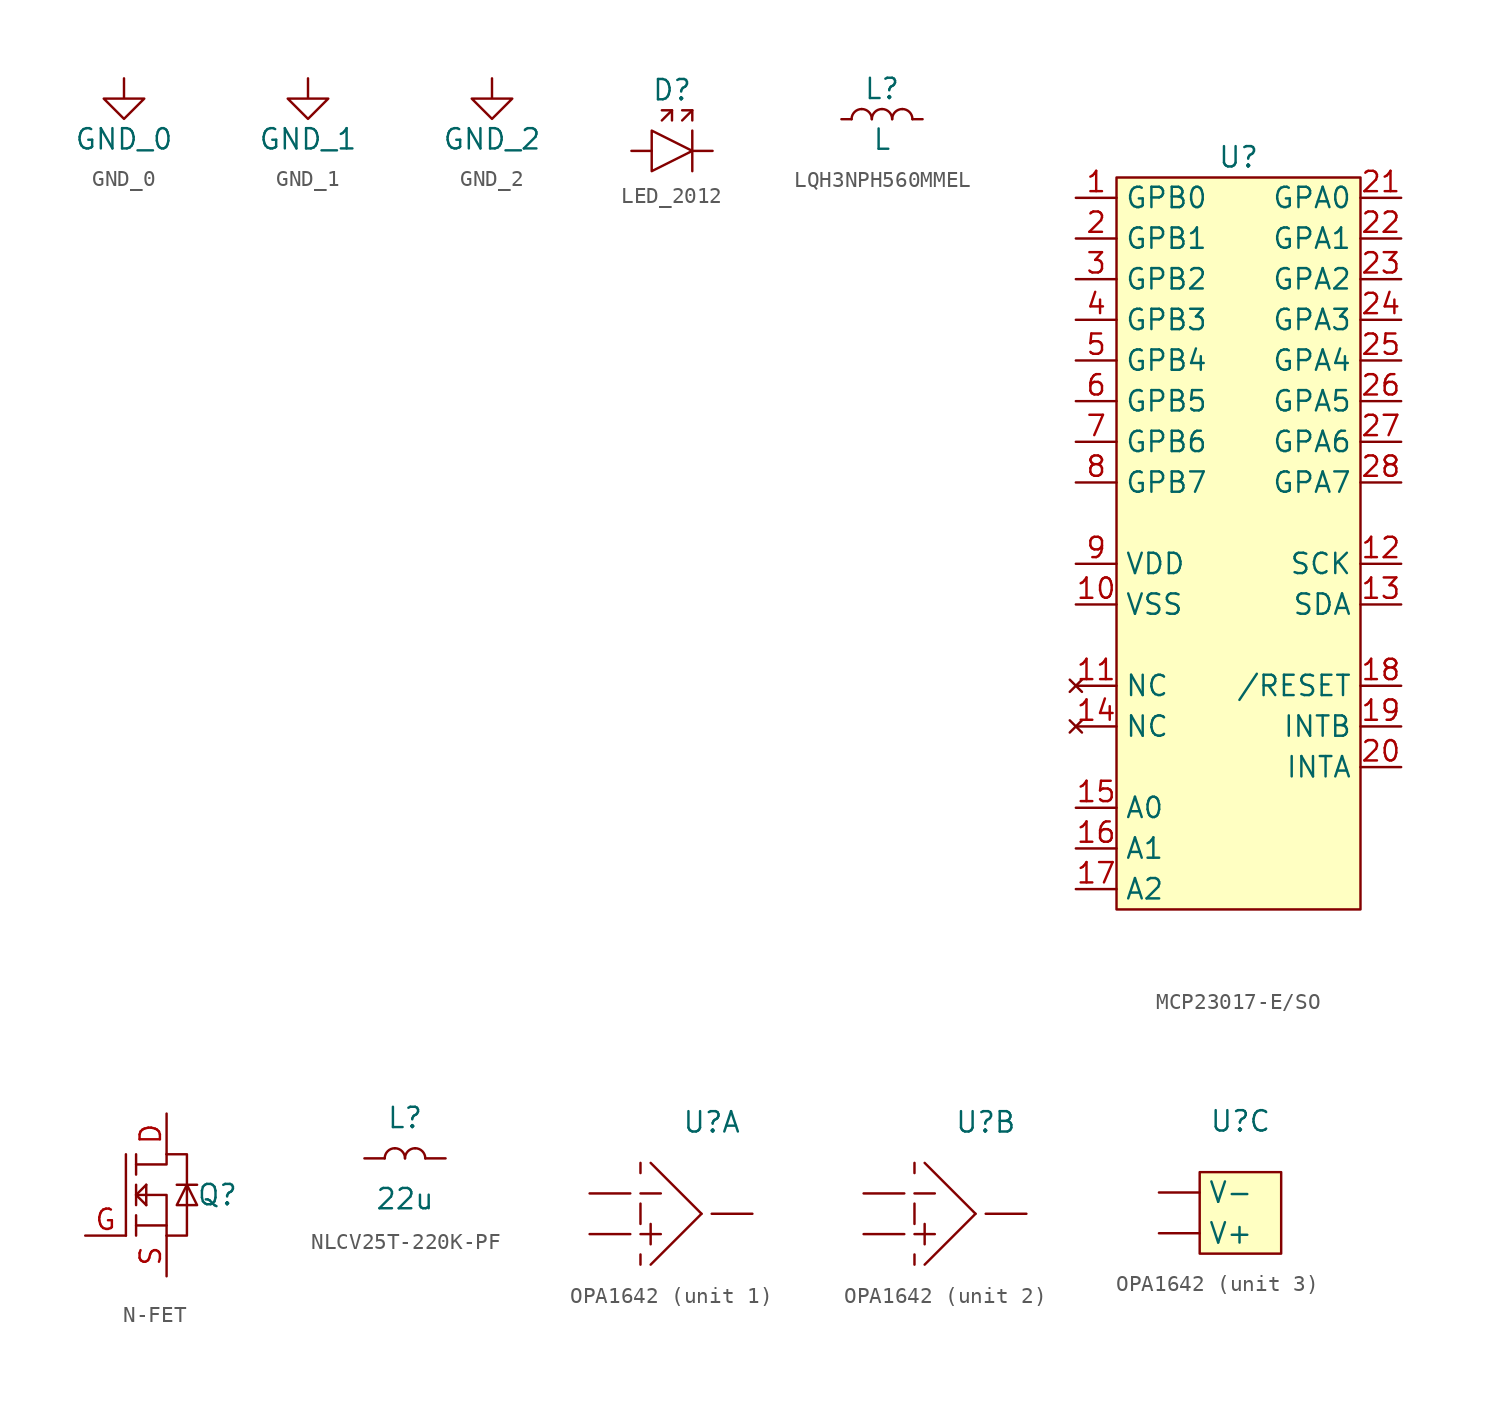
<source format=kicad_sym>
(kicad_symbol_lib
  (version 20220914)
  (generator kicad_symbol_editor)
  (symbol "GND_0"
    (power)
    (pin_names
      (offset 0))
    (property "Reference" "#PWR"
      (at 0 -6.35 0)
      (effects (font (size 1.27 1.27)) hide))
    (property "Value" "GND_0"
      (at 0 -3.81 0)
      (effects (font (size 1.27 1.27))))
    (symbol "GND_0_0_1"
      (polyline (pts (xy 0 0) (xy 0 -1.27) (xy 1.27 -1.27) (xy 0 -2.54) (xy -1.27 -1.27) (xy 0 -1.27)) (stroke (width 0) (type default)) (fill (type none))))
    (symbol "GND_0_1_1"
      (pin power_in line (at 0 0 270) (length 0) hide (name "GND_0" (effects (font (size 1.27 1.27)))) (number "1" (effects (font (size 1.27 1.27)))))))
  (symbol "GND_1"
    (power)
    (pin_names
      (offset 0))
    (property "Reference" "#PWR"
      (at 0 -6.35 0)
      (effects (font (size 1.27 1.27)) hide))
    (property "Value" "GND_1"
      (at 0 -3.81 0)
      (effects (font (size 1.27 1.27))))
    (symbol "GND_1_0_1"
      (polyline (pts (xy 0 0) (xy 0 -1.27) (xy 1.27 -1.27) (xy 0 -2.54) (xy -1.27 -1.27) (xy 0 -1.27)) (stroke (width 0) (type default)) (fill (type none))))
    (symbol "GND_1_1_1"
      (pin power_in line (at 0 0 270) (length 0) hide (name "GND_1" (effects (font (size 1.27 1.27)))) (number "1" (effects (font (size 1.27 1.27)))))))
  (symbol "GND_2"
    (power)
    (pin_names
      (offset 0))
    (property "Reference" "#PWR"
      (at 0 -6.35 0)
      (effects (font (size 1.27 1.27)) hide))
    (property "Value" "GND_2"
      (at 0 -3.81 0)
      (effects (font (size 1.27 1.27))))
    (symbol "GND_2_0_1"
      (polyline (pts (xy 0 0) (xy 0 -1.27) (xy 1.27 -1.27) (xy 0 -2.54) (xy -1.27 -1.27) (xy 0 -1.27)) (stroke (width 0) (type default)) (fill (type none))))
    (symbol "GND_2_1_1"
      (pin power_in line (at 0 0 270) (length 0) hide (name "GND_2" (effects (font (size 1.27 1.27)))) (number "1" (effects (font (size 1.27 1.27)))))))
  (symbol "LED_2012"
    (pin_numbers hide)
    (pin_names hide)
    (property "Reference" "D"
      (at 0 3.81 0)
      (effects (font (size 1.27 1.27))))
    (property "Value" ""
      (at 0 0 0)
      (effects (font (size 1.27 1.27))))
    (symbol "LED_2012_0_1"
      (polyline (pts (xy 0 2.54) (xy -0.635 2.54)) (stroke (width 0) (type default)) (fill (type none)))
      (polyline (pts (xy 1.27 1.27) (xy 1.27 -1.27)) (stroke (width 0) (type default)) (fill (type none)))
      (polyline (pts (xy 1.27 2.54) (xy 0.635 2.54)) (stroke (width 0) (type default)) (fill (type none)))
      (polyline (pts (xy -0.635 1.905) (xy 0 2.54) (xy 0 1.905)) (stroke (width 0) (type default)) (fill (type none)))
      (polyline (pts (xy 0.635 1.905) (xy 1.27 2.54) (xy 1.27 1.905)) (stroke (width 0) (type default)) (fill (type none)))
      (polyline (pts (xy -1.27 1.27) (xy -1.27 -1.27) (xy 1.27 0) (xy -1.27 1.27)) (stroke (width 0) (type default)) (fill (type none))))
    (symbol "LED_2012_1_1"
      (pin passive line (at -2.54 0 0) (length 1.27) (name "" (effects (font (size 1.27 1.27)))) (number "1" (effects (font (size 1.27 1.27)))))
      (pin passive line (at 2.54 0 180) (length 1.27) (name "" (effects (font (size 1.27 1.27)))) (number "2" (effects (font (size 1.27 1.27)))))))
  (symbol "LQH3NPH560MMEL"
    (pin_numbers hide)
    (pin_names hide)
    (property "Reference" "L"
      (at 0 1.905 0)
      (effects (font (size 1.27 1.27))))
    (property "Value" "L"
      (at 0 -1.27 0)
      (effects (font (size 1.27 1.27))))
    (symbol "LQH3NPH560MMEL_0_1"
      (arc (start -1.27 0.635) (mid -1.719 0.449) (end -1.905 0) (stroke (width 0) (type default)) (fill (type none)))
      (arc (start -0.635 0) (mid -0.821 0.449) (end -1.27 0.635) (stroke (width 0) (type default)) (fill (type none)))
      (arc (start 0 0.635) (mid -0.449 0.449) (end -0.635 0) (stroke (width 0) (type default)) (fill (type none)))
      (arc (start 0.635 0) (mid 0.449 0.449) (end 0 0.635) (stroke (width 0) (type default)) (fill (type none)))
      (arc (start 1.27 0.635) (mid 0.821 0.449) (end 0.635 0) (stroke (width 0) (type default)) (fill (type none)))
      (arc (start 1.905 0) (mid 1.719 0.449) (end 1.27 0.635) (stroke (width 0) (type default)) (fill (type none))))
    (symbol "LQH3NPH560MMEL_1_1"
      (pin input line (at -2.54 0 0) (length 0.635) (name "" (effects (font (size 1.27 1.27)))) (number "1" (effects (font (size 1.27 1.27)))))
      (pin input line (at 2.54 0 180) (length 0.635) (name "" (effects (font (size 1.27 1.27)))) (number "2" (effects (font (size 1.27 1.27)))))))
  (symbol "MCP23017-E/SO"
    (property "Reference" "U"
      (at 0 24.13 0)
      (effects (font (size 1.27 1.27))))
    (property "Value" ""
      (at 0 24.13 0)
      (effects (font (size 1.27 1.27))))
    (symbol "MCP23017-E/SO_1_1"
      (rectangle (start -7.62 22.86) (end 7.62 -22.86) (stroke (width 0) (type default)) (fill (type background)))
      (pin bidirectional line (at -10.16 21.59 0) (length 2.54) (name "GPB0" (effects (font (size 1.27 1.27)))) (number "1" (effects (font (size 1.27 1.27)))))
      (pin power_in line (at -10.16 -3.81 0) (length 2.54) (name "VSS" (effects (font (size 1.27 1.27)))) (number "10" (effects (font (size 1.27 1.27)))))
      (pin no_connect line (at -10.16 -8.89 0) (length 2.54) (name "NC" (effects (font (size 1.27 1.27)))) (number "11" (effects (font (size 1.27 1.27)))))
      (pin input line (at 10.16 -1.27 180) (length 2.54) (name "SCK" (effects (font (size 1.27 1.27)))) (number "12" (effects (font (size 1.27 1.27)))))
      (pin bidirectional line (at 10.16 -3.81 180) (length 2.54) (name "SDA" (effects (font (size 1.27 1.27)))) (number "13" (effects (font (size 1.27 1.27)))))
      (pin no_connect line (at -10.16 -11.43 0) (length 2.54) (name "NC" (effects (font (size 1.27 1.27)))) (number "14" (effects (font (size 1.27 1.27)))))
      (pin input line (at -10.16 -16.51 0) (length 2.54) (name "A0" (effects (font (size 1.27 1.27)))) (number "15" (effects (font (size 1.27 1.27)))))
      (pin input line (at -10.16 -19.05 0) (length 2.54) (name "A1" (effects (font (size 1.27 1.27)))) (number "16" (effects (font (size 1.27 1.27)))))
      (pin input line (at -10.16 -21.59 0) (length 2.54) (name "A2" (effects (font (size 1.27 1.27)))) (number "17" (effects (font (size 1.27 1.27)))))
      (pin input line (at 10.16 -8.89 180) (length 2.54) (name "/RESET" (effects (font (size 1.27 1.27)))) (number "18" (effects (font (size 1.27 1.27)))))
      (pin output line (at 10.16 -11.43 180) (length 2.54) (name "INTB" (effects (font (size 1.27 1.27)))) (number "19" (effects (font (size 1.27 1.27)))))
      (pin bidirectional line (at -10.16 19.05 0) (length 2.54) (name "GPB1" (effects (font (size 1.27 1.27)))) (number "2" (effects (font (size 1.27 1.27)))))
      (pin output line (at 10.16 -13.97 180) (length 2.54) (name "INTA" (effects (font (size 1.27 1.27)))) (number "20" (effects (font (size 1.27 1.27)))))
      (pin bidirectional line (at 10.16 21.59 180) (length 2.54) (name "GPA0" (effects (font (size 1.27 1.27)))) (number "21" (effects (font (size 1.27 1.27)))))
      (pin bidirectional line (at 10.16 19.05 180) (length 2.54) (name "GPA1" (effects (font (size 1.27 1.27)))) (number "22" (effects (font (size 1.27 1.27)))))
      (pin bidirectional line (at 10.16 16.51 180) (length 2.54) (name "GPA2" (effects (font (size 1.27 1.27)))) (number "23" (effects (font (size 1.27 1.27)))))
      (pin bidirectional line (at 10.16 13.97 180) (length 2.54) (name "GPA3" (effects (font (size 1.27 1.27)))) (number "24" (effects (font (size 1.27 1.27)))))
      (pin bidirectional line (at 10.16 11.43 180) (length 2.54) (name "GPA4" (effects (font (size 1.27 1.27)))) (number "25" (effects (font (size 1.27 1.27)))))
      (pin bidirectional line (at 10.16 8.89 180) (length 2.54) (name "GPA5" (effects (font (size 1.27 1.27)))) (number "26" (effects (font (size 1.27 1.27)))))
      (pin bidirectional line (at 10.16 6.35 180) (length 2.54) (name "GPA6" (effects (font (size 1.27 1.27)))) (number "27" (effects (font (size 1.27 1.27)))))
      (pin bidirectional line (at 10.16 3.81 180) (length 2.54) (name "GPA7" (effects (font (size 1.27 1.27)))) (number "28" (effects (font (size 1.27 1.27)))))
      (pin bidirectional line (at -10.16 16.51 0) (length 2.54) (name "GPB2" (effects (font (size 1.27 1.27)))) (number "3" (effects (font (size 1.27 1.27)))))
      (pin bidirectional line (at -10.16 13.97 0) (length 2.54) (name "GPB3" (effects (font (size 1.27 1.27)))) (number "4" (effects (font (size 1.27 1.27)))))
      (pin bidirectional line (at -10.16 11.43 0) (length 2.54) (name "GPB4" (effects (font (size 1.27 1.27)))) (number "5" (effects (font (size 1.27 1.27)))))
      (pin bidirectional line (at -10.16 8.89 0) (length 2.54) (name "GPB5" (effects (font (size 1.27 1.27)))) (number "6" (effects (font (size 1.27 1.27)))))
      (pin bidirectional line (at -10.16 6.35 0) (length 2.54) (name "GPB6" (effects (font (size 1.27 1.27)))) (number "7" (effects (font (size 1.27 1.27)))))
      (pin bidirectional line (at -10.16 3.81 0) (length 2.54) (name "GPB7" (effects (font (size 1.27 1.27)))) (number "8" (effects (font (size 1.27 1.27)))))
      (pin power_in line (at -10.16 -1.27 0) (length 2.54) (name "VDD" (effects (font (size 1.27 1.27)))) (number "9" (effects (font (size 1.27 1.27)))))))
  (symbol "N-FET"
    (property "Reference" "Q"
      (at 3.175 0 0)
      (effects (font (size 1.27 1.27))))
    (property "Value" ""
      (at 0 0 0)
      (effects (font (size 1.27 1.27))))
    (symbol "N-FET_0_1"
      (polyline (pts (xy -2.54 2.54) (xy -2.54 -2.54)) (stroke (width 0) (type default)) (fill (type none)))
      (polyline (pts (xy -1.905 -1.27) (xy -1.905 -2.54)) (stroke (width 0) (type default)) (fill (type none)))
      (polyline (pts (xy -1.905 0.635) (xy -1.905 -0.635)) (stroke (width 0) (type default)) (fill (type none)))
      (polyline (pts (xy -1.905 2.54) (xy -1.905 1.27)) (stroke (width 0) (type default)) (fill (type none)))
      (polyline (pts (xy -1.27 -0.635) (xy -1.905 0)) (stroke (width 0) (type default)) (fill (type none)))
      (polyline (pts (xy -1.27 0.635) (xy -1.905 0)) (stroke (width 0) (type default)) (fill (type none)))
      (polyline (pts (xy -1.27 0.635) (xy -1.27 -0.635)) (stroke (width 0) (type default)) (fill (type none)))
      (polyline (pts (xy 0 -1.905) (xy -1.905 -1.905)) (stroke (width 0) (type default)) (fill (type none)))
      (polyline (pts (xy 0.635 0.635) (xy 1.905 0.635)) (stroke (width 0) (type default)) (fill (type none)))
      (polyline (pts (xy 0 -2.54) (xy 0 0) (xy -1.905 0)) (stroke (width 0) (type default)) (fill (type none)))
      (polyline (pts (xy 0 2.54) (xy 0 1.905) (xy -1.905 1.905)) (stroke (width 0) (type default)) (fill (type none)))
      (polyline (pts (xy 0 2.54) (xy 1.27 2.54) (xy 1.27 -2.54) (xy 0 -2.54)) (stroke (width 0) (type default)) (fill (type none)))
      (polyline (pts (xy 0.635 -0.635) (xy 1.27 0.635) (xy 1.905 -0.635) (xy 0.635 -0.635)) (stroke (width 0) (type default)) (fill (type none))))
    (symbol "N-FET_1_1"
      (pin input line (at 0 5.08 270) (length 2.54) (name "" (effects (font (size 1.27 1.27)))) (number "D" (effects (font (size 1.27 1.27)))))
      (pin input line (at -5.08 -2.54 0) (length 2.54) (name "" (effects (font (size 1.27 1.27)))) (number "G" (effects (font (size 1.27 1.27)))))
      (pin input line (at 0 -5.08 90) (length 2.54) (name "" (effects (font (size 1.27 1.27)))) (number "S" (effects (font (size 1.27 1.27)))))))
  (symbol "NLCV25T-220K-PF"
    (pin_numbers hide)
    (pin_names hide)
    (property "Reference" "L"
      (at 0 2.54 0)
      (effects (font (size 1.27 1.27))))
    (property "Value" "22u"
      (at 0 -2.54 0)
      (effects (font (size 1.27 1.27))))
    (symbol "NLCV25T-220K-PF_0_1"
      (arc (start -0.635 0.635) (mid -1.084 0.449) (end -1.27 0) (stroke (width 0) (type default)) (fill (type none)))
      (arc (start 0 0) (mid -0.186 0.449) (end -0.635 0.635) (stroke (width 0) (type default)) (fill (type none)))
      (arc (start 0.635 0.635) (mid 0.186 0.449) (end 0 0) (stroke (width 0) (type default)) (fill (type none)))
      (arc (start 1.27 0) (mid 1.084 0.449) (end 0.635 0.635) (stroke (width 0) (type default)) (fill (type none))))
    (symbol "NLCV25T-220K-PF_1_1"
      (pin passive line (at -2.54 0 0) (length 1.27) (name "" (effects (font (size 1.27 1.27)))) (number "1" (effects (font (size 1.27 1.27)))))
      (pin passive line (at 2.54 0 180) (length 1.27) (name "" (effects (font (size 1.27 1.27)))) (number "2" (effects (font (size 1.27 1.27)))))))
  (symbol "OPA1642"
    (pin_numbers hide)
    (property "Reference" "U"
      (at 2.54 5.715 0)
      (effects (font (size 1.27 1.27))))
    (property "Value" ""
      (at 0 0 0)
      (effects (font (size 1.27 1.27))))
    (symbol "OPA1642_1_1"
      (polyline (pts (xy -1.905 -2.54) (xy -1.905 -3.175)) (stroke (width 0) (type default)) (fill (type none)))
      (polyline (pts (xy -1.905 -1.27) (xy -0.635 -1.27)) (stroke (width 0) (type default)) (fill (type none)))
      (polyline (pts (xy -1.905 0.635) (xy -1.905 -0.635)) (stroke (width 0) (type default)) (fill (type none)))
      (polyline (pts (xy -1.905 1.27) (xy -0.635 1.27)) (stroke (width 0) (type default)) (fill (type none)))
      (polyline (pts (xy -1.905 3.175) (xy -1.905 2.54)) (stroke (width 0) (type default)) (fill (type none)))
      (polyline (pts (xy -1.27 -0.635) (xy -1.27 -1.905)) (stroke (width 0) (type default)) (fill (type none)))
      (polyline (pts (xy 1.905 0) (xy -1.27 -3.175)) (stroke (width 0) (type default)) (fill (type none)))
      (polyline (pts (xy 1.905 0) (xy -1.27 3.175)) (stroke (width 0) (type default)) (fill (type none)))
      (pin output line (at 5.08 0 180) (length 2.54) (name "" (effects (font (size 1.27 1.27)))) (number "1" (effects (font (size 1.27 1.27)))))
      (pin input line (at -5.08 1.27 0) (length 2.54) (name "" (effects (font (size 1.27 1.27)))) (number "2" (effects (font (size 1.27 1.27)))))
      (pin input line (at -5.08 -1.27 0) (length 2.54) (name "" (effects (font (size 1.27 1.27)))) (number "3" (effects (font (size 1.27 1.27))))))
    (symbol "OPA1642_2_1"
      (polyline (pts (xy -1.905 -2.54) (xy -1.905 -3.175)) (stroke (width 0) (type default)) (fill (type none)))
      (polyline (pts (xy -1.905 -1.27) (xy -0.635 -1.27)) (stroke (width 0) (type default)) (fill (type none)))
      (polyline (pts (xy -1.905 0.635) (xy -1.905 -0.635)) (stroke (width 0) (type default)) (fill (type none)))
      (polyline (pts (xy -1.905 1.27) (xy -0.635 1.27)) (stroke (width 0) (type default)) (fill (type none)))
      (polyline (pts (xy -1.905 3.175) (xy -1.905 2.54)) (stroke (width 0) (type default)) (fill (type none)))
      (polyline (pts (xy -1.27 -0.635) (xy -1.27 -1.905)) (stroke (width 0) (type default)) (fill (type none)))
      (polyline (pts (xy 1.905 0) (xy -1.27 -3.175)) (stroke (width 0) (type default)) (fill (type none)))
      (polyline (pts (xy 1.905 0) (xy -1.27 3.175)) (stroke (width 0) (type default)) (fill (type none)))
      (pin input line (at -5.08 -1.27 0) (length 2.54) (name "" (effects (font (size 1.27 1.27)))) (number "5" (effects (font (size 1.27 1.27)))))
      (pin input line (at -5.08 1.27 0) (length 2.54) (name "" (effects (font (size 1.27 1.27)))) (number "6" (effects (font (size 1.27 1.27)))))
      (pin output line (at 5.08 0 180) (length 2.54) (name "" (effects (font (size 1.27 1.27)))) (number "7" (effects (font (size 1.27 1.27))))))
    (symbol "OPA1642_3_1"
      (rectangle (start 0 2.54) (end 5.08 -2.54) (stroke (width 0) (type default)) (fill (type background)))
      (pin input line (at -2.54 1.27 0) (length 2.54) (name "V-" (effects (font (size 1.27 1.27)))) (number "4" (effects (font (size 1.27 1.27)))))
      (pin input line (at -2.54 -1.27 0) (length 2.54) (name "V+" (effects (font (size 1.27 1.27)))) (number "8" (effects (font (size 1.27 1.27))))))))
</source>
